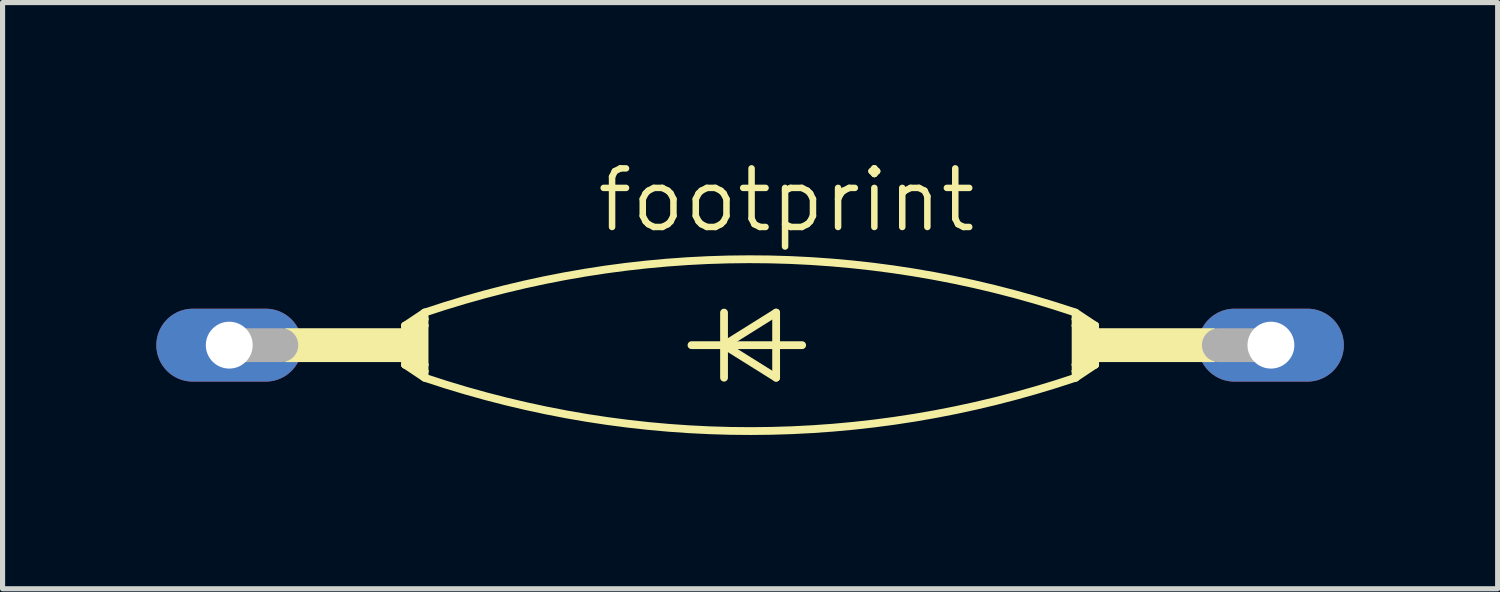
<source format=kicad_pcb>
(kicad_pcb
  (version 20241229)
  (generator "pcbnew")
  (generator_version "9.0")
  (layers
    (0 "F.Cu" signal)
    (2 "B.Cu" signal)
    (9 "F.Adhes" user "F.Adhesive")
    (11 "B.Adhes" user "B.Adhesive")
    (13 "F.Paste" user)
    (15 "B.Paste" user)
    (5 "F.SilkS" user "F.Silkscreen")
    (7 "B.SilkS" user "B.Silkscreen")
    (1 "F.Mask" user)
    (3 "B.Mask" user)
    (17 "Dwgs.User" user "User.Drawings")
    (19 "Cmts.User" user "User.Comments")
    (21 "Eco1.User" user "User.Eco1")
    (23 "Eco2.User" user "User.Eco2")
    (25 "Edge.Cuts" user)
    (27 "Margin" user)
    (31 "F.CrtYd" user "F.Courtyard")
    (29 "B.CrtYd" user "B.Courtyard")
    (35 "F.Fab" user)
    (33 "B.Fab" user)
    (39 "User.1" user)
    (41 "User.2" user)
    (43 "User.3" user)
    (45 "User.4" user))
  (footprint "footprint"
    (layer "F.Cu")
    (at 11.582 3.683)
    (property "Reference" "footprint" (at -3.048 -2.159 0) (layer "F.SilkS") (effects (font (size 1.143 1.143) (thickness 0.127)) (justify left bottom)))
    (fp_line (start -6.731 -0.381) (end -6.731 0.381) (stroke (width 0.152) (type solid)) (layer "F.SilkS"))
    (fp_line (start -6.731 -0.381) (end -6.604 -0.381) (stroke (width 0.152) (type solid)) (layer "F.SilkS"))
    (fp_line (start -6.731 0.381) (end -6.604 0.381) (stroke (width 0.152) (type solid)) (layer "F.SilkS"))
    (fp_line (start -6.731 0.381) (end -6.35 0.635) (stroke (width 0.152) (type solid)) (layer "F.SilkS"))
    (fp_line (start -6.604 -0.381) (end -6.35 -0.381) (stroke (width 0.152) (type solid)) (layer "F.SilkS"))
    (fp_line (start -6.604 0.381) (end -6.35 0.381) (stroke (width 0.152) (type solid)) (layer "F.SilkS"))
    (fp_line (start -6.35 -0.635) (end -6.731 -0.381) (stroke (width 0.152) (type solid)) (layer "F.SilkS"))
    (fp_line (start -6.35 -0.635) (end -6.35 -0.508) (stroke (width 0.152) (type solid)) (layer "F.SilkS"))
    (fp_line (start -6.35 -0.508) (end -6.604 -0.381) (stroke (width 0.152) (type solid)) (layer "F.SilkS"))
    (fp_line (start -6.35 -0.508) (end -6.35 -0.381) (stroke (width 0.152) (type solid)) (layer "F.SilkS"))
    (fp_line (start -6.35 -0.381) (end -6.35 0.381) (stroke (width 0.152) (type solid)) (layer "F.SilkS"))
    (fp_line (start -6.35 0.381) (end -6.35 0.508) (stroke (width 0.152) (type solid)) (layer "F.SilkS"))
    (fp_line (start -6.35 0.508) (end -6.604 0.381) (stroke (width 0.152) (type solid)) (layer "F.SilkS"))
    (fp_line (start -6.35 0.508) (end -6.35 0.635) (stroke (width 0.152) (type solid)) (layer "F.SilkS"))
    (fp_line (start -1.143 0) (end -0.508 0) (stroke (width 0.152) (type solid)) (layer "F.SilkS"))
    (fp_line (start -0.508 -0.635) (end -0.508 0) (stroke (width 0.152) (type solid)) (layer "F.SilkS"))
    (fp_line (start -0.508 0) (end -0.508 0.635) (stroke (width 0.152) (type solid)) (layer "F.SilkS"))
    (fp_line (start -0.508 0) (end 0.508 -0.635) (stroke (width 0.152) (type solid)) (layer "F.SilkS"))
    (fp_line (start -0.508 0) (end 1.016 0) (stroke (width 0.152) (type solid)) (layer "F.SilkS"))
    (fp_line (start 0.508 -0.635) (end 0.508 0.635) (stroke (width 0.152) (type solid)) (layer "F.SilkS"))
    (fp_line (start 0.508 0.635) (end -0.508 0) (stroke (width 0.152) (type solid)) (layer "F.SilkS"))
    (fp_line (start 6.35 -0.635) (end 6.731 -0.381) (stroke (width 0.152) (type solid)) (layer "F.SilkS"))
    (fp_line (start 6.35 -0.508) (end 6.35 -0.635) (stroke (width 0.152) (type solid)) (layer "F.SilkS"))
    (fp_line (start 6.35 -0.508) (end 6.604 -0.381) (stroke (width 0.152) (type solid)) (layer "F.SilkS"))
    (fp_line (start 6.35 -0.381) (end 6.35 -0.508) (stroke (width 0.152) (type solid)) (layer "F.SilkS"))
    (fp_line (start 6.35 0.381) (end 6.35 -0.381) (stroke (width 0.152) (type solid)) (layer "F.SilkS"))
    (fp_line (start 6.35 0.508) (end 6.35 0.381) (stroke (width 0.152) (type solid)) (layer "F.SilkS"))
    (fp_line (start 6.35 0.508) (end 6.604 0.381) (stroke (width 0.152) (type solid)) (layer "F.SilkS"))
    (fp_line (start 6.35 0.635) (end 6.35 0.508) (stroke (width 0.152) (type solid)) (layer "F.SilkS"))
    (fp_line (start 6.35 0.635) (end 6.731 0.381) (stroke (width 0.152) (type solid)) (layer "F.SilkS"))
    (fp_line (start 6.604 -0.381) (end 6.35 -0.381) (stroke (width 0.152) (type solid)) (layer "F.SilkS"))
    (fp_line (start 6.604 0.381) (end 6.35 0.381) (stroke (width 0.152) (type solid)) (layer "F.SilkS"))
    (fp_line (start 6.731 -0.381) (end 6.604 -0.381) (stroke (width 0.152) (type solid)) (layer "F.SilkS"))
    (fp_line (start 6.731 -0.381) (end 6.731 0.381) (stroke (width 0.152) (type solid)) (layer "F.SilkS"))
    (fp_line (start 6.731 0.381) (end 6.604 0.381) (stroke (width 0.152) (type solid)) (layer "F.SilkS"))
    (fp_arc (start -6.35 -0.635) (mid -0.017882 -1.675992) (end 6.3161 -0.6464) (stroke (width 0.1524) (type solid)) (layer "F.SilkS"))
    (fp_arc (start 6.35 0.635) (mid 0.017882 1.675992) (end -6.3161 0.6464) (stroke (width 0.1524) (type solid)) (layer "F.SilkS"))
    (fp_poly (pts (xy -9.068 0.33) (xy -6.731 0.33) (xy -6.731 -0.33) (xy -9.068 -0.33)) (stroke (width 0) (type solid)) (fill yes) (layer "F.SilkS"))
    (fp_poly (pts (xy -6.731 0.381) (xy -6.35 0.381) (xy -6.35 -0.381) (xy -6.731 -0.381)) (stroke (width 0) (type solid)) (fill yes) (layer "F.SilkS"))
    (fp_poly (pts (xy 6.35 0.381) (xy 6.731 0.381) (xy 6.731 -0.381) (xy 6.35 -0.381)) (stroke (width 0) (type solid)) (fill yes) (layer "F.SilkS"))
    (fp_poly (pts (xy 6.731 0.33) (xy 9.068 0.33) (xy 9.068 -0.33) (xy 6.731 -0.33)) (stroke (width 0) (type solid)) (fill yes) (layer "F.SilkS"))
    (fp_line (start -10.16 0) (end -9.144 0) (stroke (width 0.66) (type solid)) (layer "F.Fab"))
    (fp_line (start 10.16 0) (end 9.144 0) (stroke (width 0.66) (type solid)) (layer "F.Fab"))
    (pad "A" thru_hole oval (at 10.16 0) (size 2.845 1.422) (drill 0.914) (layers "*.Cu" "*.Mask"))
    (pad "C" thru_hole oval (at -10.16 0) (size 2.845 1.422) (drill 0.914) (layers "*.Cu" "*.Mask")))
  (gr_rect
    (start -3 -3)
    (end 26.165 8.435)
    (stroke (width 0.1) (type default))
    (fill no)
    (layer "Edge.Cuts")))
</source>
